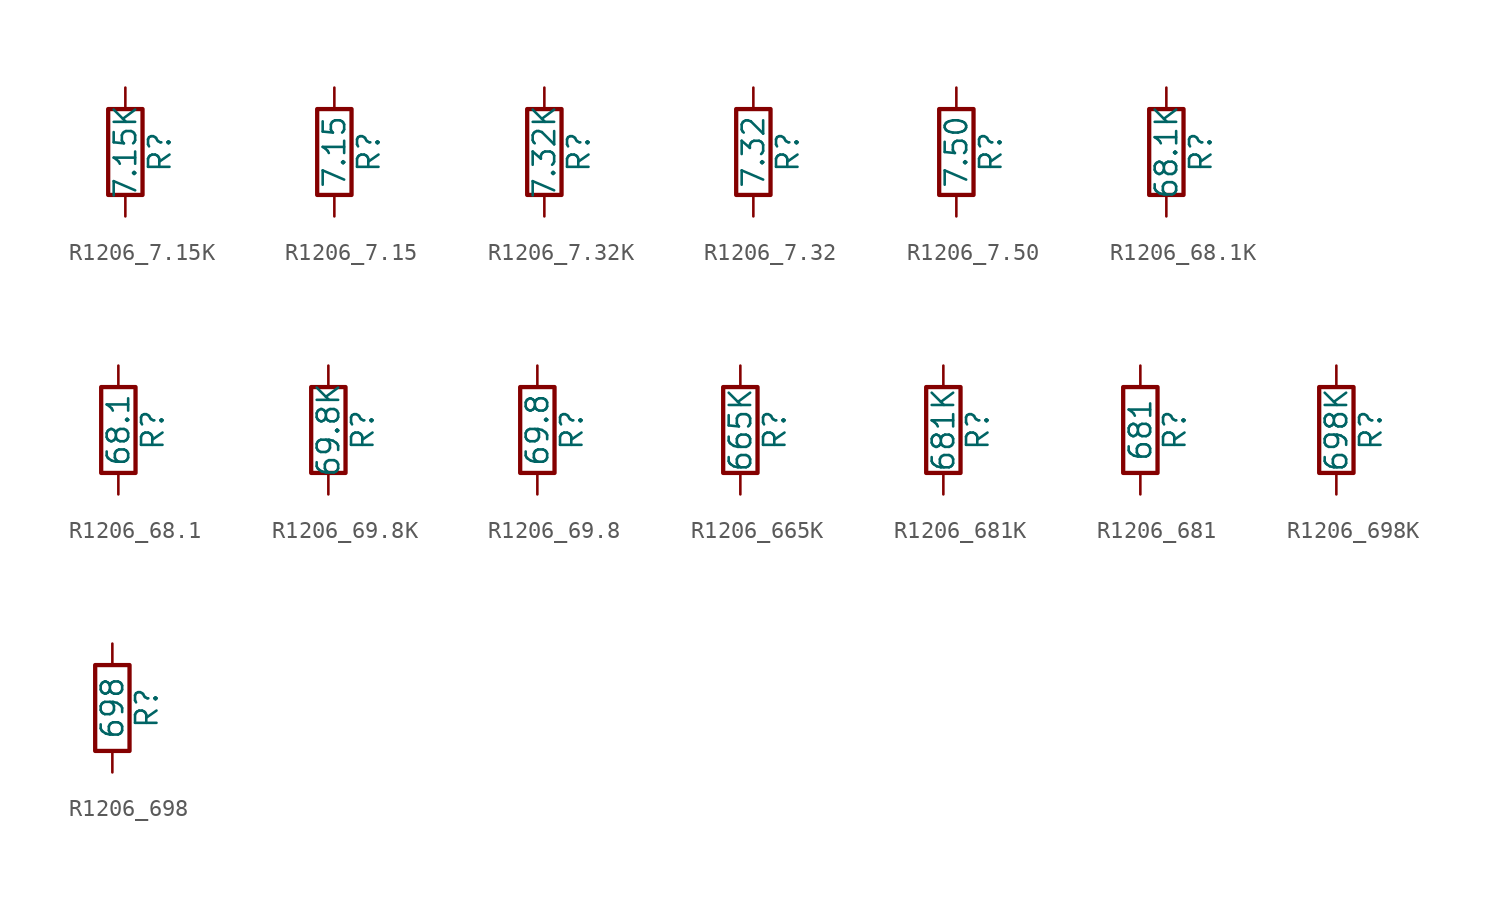
<source format=kicad_sym>
(kicad_symbol_lib
  (version 20211014)
  (generator atlantix-eda)
  (symbol "R1206_7.15K"
    (pin_numbers hide)
    (pin_names
      (offset 0))
    (property "Reference" "R"
      (at 2.032 0 90)
      (effects (font (size 1.27 1.27))))
    (property "Value" "7.15K"
      (at 0 0 90)
      (effects (font (size 1.27 1.27))))
    (symbol "R1206_7.15K_0_1"
      (rectangle (start -1.016 -2.54) (end 1.016 2.54) (stroke (width 0.254) (type default) (color 0 0 0 0)) (fill (type none))))
    (symbol "R1206_7.15K_1_1"
      (pin passive line (at 0 3.81 270) (length 1.27) (name "~" (effects (font (size 1.27 1.27)))) (number "1" (effects (font (size 1.27 1.27)))))
      (pin passive line (at 0 -3.81 90) (length 1.27) (name "~" (effects (font (size 1.27 1.27)))) (number "2" (effects (font (size 1.27 1.27)))))))
  (symbol "R1206_7.15"
    (pin_numbers hide)
    (pin_names
      (offset 0))
    (property "Reference" "R"
      (at 2.032 0 90)
      (effects (font (size 1.27 1.27))))
    (property "Value" "7.15"
      (at 0 0 90)
      (effects (font (size 1.27 1.27))))
    (symbol "R1206_7.15_0_1"
      (rectangle (start -1.016 -2.54) (end 1.016 2.54) (stroke (width 0.254) (type default) (color 0 0 0 0)) (fill (type none))))
    (symbol "R1206_7.15_1_1"
      (pin passive line (at 0 3.81 270) (length 1.27) (name "~" (effects (font (size 1.27 1.27)))) (number "1" (effects (font (size 1.27 1.27)))))
      (pin passive line (at 0 -3.81 90) (length 1.27) (name "~" (effects (font (size 1.27 1.27)))) (number "2" (effects (font (size 1.27 1.27)))))))
  (symbol "R1206_7.32K"
    (pin_numbers hide)
    (pin_names
      (offset 0))
    (property "Reference" "R"
      (at 2.032 0 90)
      (effects (font (size 1.27 1.27))))
    (property "Value" "7.32K"
      (at 0 0 90)
      (effects (font (size 1.27 1.27))))
    (symbol "R1206_7.32K_0_1"
      (rectangle (start -1.016 -2.54) (end 1.016 2.54) (stroke (width 0.254) (type default) (color 0 0 0 0)) (fill (type none))))
    (symbol "R1206_7.32K_1_1"
      (pin passive line (at 0 3.81 270) (length 1.27) (name "~" (effects (font (size 1.27 1.27)))) (number "1" (effects (font (size 1.27 1.27)))))
      (pin passive line (at 0 -3.81 90) (length 1.27) (name "~" (effects (font (size 1.27 1.27)))) (number "2" (effects (font (size 1.27 1.27)))))))
  (symbol "R1206_7.32"
    (pin_numbers hide)
    (pin_names
      (offset 0))
    (property "Reference" "R"
      (at 2.032 0 90)
      (effects (font (size 1.27 1.27))))
    (property "Value" "7.32"
      (at 0 0 90)
      (effects (font (size 1.27 1.27))))
    (symbol "R1206_7.32_0_1"
      (rectangle (start -1.016 -2.54) (end 1.016 2.54) (stroke (width 0.254) (type default) (color 0 0 0 0)) (fill (type none))))
    (symbol "R1206_7.32_1_1"
      (pin passive line (at 0 3.81 270) (length 1.27) (name "~" (effects (font (size 1.27 1.27)))) (number "1" (effects (font (size 1.27 1.27)))))
      (pin passive line (at 0 -3.81 90) (length 1.27) (name "~" (effects (font (size 1.27 1.27)))) (number "2" (effects (font (size 1.27 1.27)))))))
  (symbol "R1206_7.50"
    (pin_numbers hide)
    (pin_names
      (offset 0))
    (property "Reference" "R"
      (at 2.032 0 90)
      (effects (font (size 1.27 1.27))))
    (property "Value" "7.50"
      (at 0 0 90)
      (effects (font (size 1.27 1.27))))
    (symbol "R1206_7.50_0_1"
      (rectangle (start -1.016 -2.54) (end 1.016 2.54) (stroke (width 0.254) (type default) (color 0 0 0 0)) (fill (type none))))
    (symbol "R1206_7.50_1_1"
      (pin passive line (at 0 3.81 270) (length 1.27) (name "~" (effects (font (size 1.27 1.27)))) (number "1" (effects (font (size 1.27 1.27)))))
      (pin passive line (at 0 -3.81 90) (length 1.27) (name "~" (effects (font (size 1.27 1.27)))) (number "2" (effects (font (size 1.27 1.27)))))))
  (symbol "R1206_68.1K"
    (pin_numbers hide)
    (pin_names
      (offset 0))
    (property "Reference" "R"
      (at 2.032 0 90)
      (effects (font (size 1.27 1.27))))
    (property "Value" "68.1K"
      (at 0 0 90)
      (effects (font (size 1.27 1.27))))
    (symbol "R1206_68.1K_0_1"
      (rectangle (start -1.016 -2.54) (end 1.016 2.54) (stroke (width 0.254) (type default) (color 0 0 0 0)) (fill (type none))))
    (symbol "R1206_68.1K_1_1"
      (pin passive line (at 0 3.81 270) (length 1.27) (name "~" (effects (font (size 1.27 1.27)))) (number "1" (effects (font (size 1.27 1.27)))))
      (pin passive line (at 0 -3.81 90) (length 1.27) (name "~" (effects (font (size 1.27 1.27)))) (number "2" (effects (font (size 1.27 1.27)))))))
  (symbol "R1206_68.1"
    (pin_numbers hide)
    (pin_names
      (offset 0))
    (property "Reference" "R"
      (at 2.032 0 90)
      (effects (font (size 1.27 1.27))))
    (property "Value" "68.1"
      (at 0 0 90)
      (effects (font (size 1.27 1.27))))
    (symbol "R1206_68.1_0_1"
      (rectangle (start -1.016 -2.54) (end 1.016 2.54) (stroke (width 0.254) (type default) (color 0 0 0 0)) (fill (type none))))
    (symbol "R1206_68.1_1_1"
      (pin passive line (at 0 3.81 270) (length 1.27) (name "~" (effects (font (size 1.27 1.27)))) (number "1" (effects (font (size 1.27 1.27)))))
      (pin passive line (at 0 -3.81 90) (length 1.27) (name "~" (effects (font (size 1.27 1.27)))) (number "2" (effects (font (size 1.27 1.27)))))))
  (symbol "R1206_69.8K"
    (pin_numbers hide)
    (pin_names
      (offset 0))
    (property "Reference" "R"
      (at 2.032 0 90)
      (effects (font (size 1.27 1.27))))
    (property "Value" "69.8K"
      (at 0 0 90)
      (effects (font (size 1.27 1.27))))
    (symbol "R1206_69.8K_0_1"
      (rectangle (start -1.016 -2.54) (end 1.016 2.54) (stroke (width 0.254) (type default) (color 0 0 0 0)) (fill (type none))))
    (symbol "R1206_69.8K_1_1"
      (pin passive line (at 0 3.81 270) (length 1.27) (name "~" (effects (font (size 1.27 1.27)))) (number "1" (effects (font (size 1.27 1.27)))))
      (pin passive line (at 0 -3.81 90) (length 1.27) (name "~" (effects (font (size 1.27 1.27)))) (number "2" (effects (font (size 1.27 1.27)))))))
  (symbol "R1206_69.8"
    (pin_numbers hide)
    (pin_names
      (offset 0))
    (property "Reference" "R"
      (at 2.032 0 90)
      (effects (font (size 1.27 1.27))))
    (property "Value" "69.8"
      (at 0 0 90)
      (effects (font (size 1.27 1.27))))
    (symbol "R1206_69.8_0_1"
      (rectangle (start -1.016 -2.54) (end 1.016 2.54) (stroke (width 0.254) (type default) (color 0 0 0 0)) (fill (type none))))
    (symbol "R1206_69.8_1_1"
      (pin passive line (at 0 3.81 270) (length 1.27) (name "~" (effects (font (size 1.27 1.27)))) (number "1" (effects (font (size 1.27 1.27)))))
      (pin passive line (at 0 -3.81 90) (length 1.27) (name "~" (effects (font (size 1.27 1.27)))) (number "2" (effects (font (size 1.27 1.27)))))))
  (symbol "R1206_665K"
    (pin_numbers hide)
    (pin_names
      (offset 0))
    (property "Reference" "R"
      (at 2.032 0 90)
      (effects (font (size 1.27 1.27))))
    (property "Value" "665K"
      (at 0 0 90)
      (effects (font (size 1.27 1.27))))
    (symbol "R1206_665K_0_1"
      (rectangle (start -1.016 -2.54) (end 1.016 2.54) (stroke (width 0.254) (type default) (color 0 0 0 0)) (fill (type none))))
    (symbol "R1206_665K_1_1"
      (pin passive line (at 0 3.81 270) (length 1.27) (name "~" (effects (font (size 1.27 1.27)))) (number "1" (effects (font (size 1.27 1.27)))))
      (pin passive line (at 0 -3.81 90) (length 1.27) (name "~" (effects (font (size 1.27 1.27)))) (number "2" (effects (font (size 1.27 1.27)))))))
  (symbol "R1206_681K"
    (pin_numbers hide)
    (pin_names
      (offset 0))
    (property "Reference" "R"
      (at 2.032 0 90)
      (effects (font (size 1.27 1.27))))
    (property "Value" "681K"
      (at 0 0 90)
      (effects (font (size 1.27 1.27))))
    (symbol "R1206_681K_0_1"
      (rectangle (start -1.016 -2.54) (end 1.016 2.54) (stroke (width 0.254) (type default) (color 0 0 0 0)) (fill (type none))))
    (symbol "R1206_681K_1_1"
      (pin passive line (at 0 3.81 270) (length 1.27) (name "~" (effects (font (size 1.27 1.27)))) (number "1" (effects (font (size 1.27 1.27)))))
      (pin passive line (at 0 -3.81 90) (length 1.27) (name "~" (effects (font (size 1.27 1.27)))) (number "2" (effects (font (size 1.27 1.27)))))))
  (symbol "R1206_681"
    (pin_numbers hide)
    (pin_names
      (offset 0))
    (property "Reference" "R"
      (at 2.032 0 90)
      (effects (font (size 1.27 1.27))))
    (property "Value" "681"
      (at 0 0 90)
      (effects (font (size 1.27 1.27))))
    (symbol "R1206_681_0_1"
      (rectangle (start -1.016 -2.54) (end 1.016 2.54) (stroke (width 0.254) (type default) (color 0 0 0 0)) (fill (type none))))
    (symbol "R1206_681_1_1"
      (pin passive line (at 0 3.81 270) (length 1.27) (name "~" (effects (font (size 1.27 1.27)))) (number "1" (effects (font (size 1.27 1.27)))))
      (pin passive line (at 0 -3.81 90) (length 1.27) (name "~" (effects (font (size 1.27 1.27)))) (number "2" (effects (font (size 1.27 1.27)))))))
  (symbol "R1206_698K"
    (pin_numbers hide)
    (pin_names
      (offset 0))
    (property "Reference" "R"
      (at 2.032 0 90)
      (effects (font (size 1.27 1.27))))
    (property "Value" "698K"
      (at 0 0 90)
      (effects (font (size 1.27 1.27))))
    (symbol "R1206_698K_0_1"
      (rectangle (start -1.016 -2.54) (end 1.016 2.54) (stroke (width 0.254) (type default) (color 0 0 0 0)) (fill (type none))))
    (symbol "R1206_698K_1_1"
      (pin passive line (at 0 3.81 270) (length 1.27) (name "~" (effects (font (size 1.27 1.27)))) (number "1" (effects (font (size 1.27 1.27)))))
      (pin passive line (at 0 -3.81 90) (length 1.27) (name "~" (effects (font (size 1.27 1.27)))) (number "2" (effects (font (size 1.27 1.27)))))))
  (symbol "R1206_698"
    (pin_numbers hide)
    (pin_names
      (offset 0))
    (property "Reference" "R"
      (at 2.032 0 90)
      (effects (font (size 1.27 1.27))))
    (property "Value" "698"
      (at 0 0 90)
      (effects (font (size 1.27 1.27))))
    (symbol "R1206_698_0_1"
      (rectangle (start -1.016 -2.54) (end 1.016 2.54) (stroke (width 0.254) (type default) (color 0 0 0 0)) (fill (type none))))
    (symbol "R1206_698_1_1"
      (pin passive line (at 0 3.81 270) (length 1.27) (name "~" (effects (font (size 1.27 1.27)))) (number "1" (effects (font (size 1.27 1.27)))))
      (pin passive line (at 0 -3.81 90) (length 1.27) (name "~" (effects (font (size 1.27 1.27)))) (number "2" (effects (font (size 1.27 1.27))))))))
</source>
